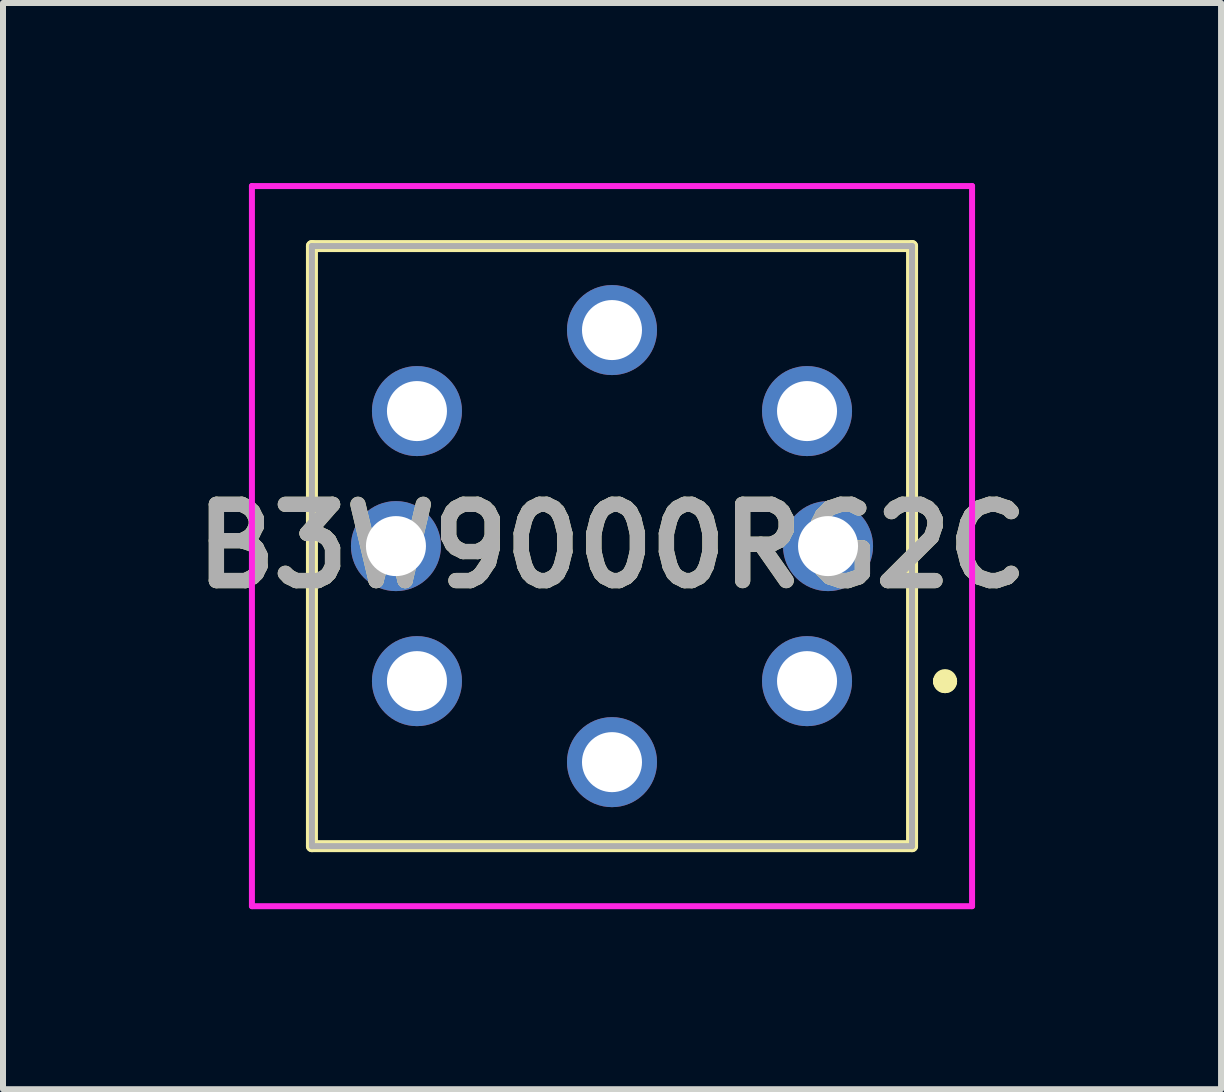
<source format=kicad_pcb>
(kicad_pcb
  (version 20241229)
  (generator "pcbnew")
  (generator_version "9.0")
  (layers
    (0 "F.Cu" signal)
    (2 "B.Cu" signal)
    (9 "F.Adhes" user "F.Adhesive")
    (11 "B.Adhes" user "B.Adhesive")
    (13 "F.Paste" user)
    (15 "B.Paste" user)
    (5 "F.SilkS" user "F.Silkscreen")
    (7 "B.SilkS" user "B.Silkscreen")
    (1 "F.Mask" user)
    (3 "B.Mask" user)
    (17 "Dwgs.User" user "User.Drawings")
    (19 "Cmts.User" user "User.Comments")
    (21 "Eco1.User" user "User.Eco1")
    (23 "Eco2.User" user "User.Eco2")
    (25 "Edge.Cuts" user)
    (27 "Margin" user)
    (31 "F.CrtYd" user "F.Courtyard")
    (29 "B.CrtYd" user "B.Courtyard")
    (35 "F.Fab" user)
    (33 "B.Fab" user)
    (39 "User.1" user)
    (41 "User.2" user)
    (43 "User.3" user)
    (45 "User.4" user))
  (footprint "B3W9000RG2C"
    (layer "F.Cu")
    (at 10.398 8.3)
    (property "Reference" "B3W9000RG2C" (at -3.25 -2.25 0) (layer "F.SilkS") (effects (font (size 1.27 1.27) (thickness 0.254))))
    (attr through_hole)
    (fp_line (start -8.25 -7.25) (end -8.25 2.75) (stroke (width 0.2) (type solid)) (layer "F.SilkS"))
    (fp_line (start -8.25 2.75) (end 1.75 2.75) (stroke (width 0.2) (type solid)) (layer "F.SilkS"))
    (fp_line (start 1.75 -7.25) (end -8.25 -7.25) (stroke (width 0.2) (type solid)) (layer "F.SilkS"))
    (fp_line (start 1.75 2.75) (end 1.75 -7.25) (stroke (width 0.2) (type solid)) (layer "F.SilkS"))
    (fp_line (start 2.2 0) (end 2.2 0) (stroke (width 0.2) (type solid)) (layer "F.SilkS"))
    (fp_line (start 2.2 0) (end 2.2 0) (stroke (width 0.2) (type solid)) (layer "F.SilkS"))
    (fp_line (start 2.4 0) (end 2.4 0) (stroke (width 0.2) (type solid)) (layer "F.SilkS"))
    (fp_arc (start 2.2 0) (mid 2.3 -0.1) (end 2.4 0) (stroke (width 0.2) (type solid)) (layer "F.SilkS"))
    (fp_arc (start 2.4 0) (mid 2.3 0.1) (end 2.2 0) (stroke (width 0.2) (type solid)) (layer "F.SilkS"))
    (fp_arc (start 2.4 0) (mid 2.3 0.1) (end 2.2 0) (stroke (width 0.2) (type solid)) (layer "F.SilkS"))
    (fp_line (start -9.25 -8.25) (end 2.75 -8.25) (stroke (width 0.1) (type solid)) (layer "F.CrtYd"))
    (fp_line (start -9.25 3.75) (end -9.25 -8.25) (stroke (width 0.1) (type solid)) (layer "F.CrtYd"))
    (fp_line (start 2.75 -8.25) (end 2.75 3.75) (stroke (width 0.1) (type solid)) (layer "F.CrtYd"))
    (fp_line (start 2.75 3.75) (end -9.25 3.75) (stroke (width 0.1) (type solid)) (layer "F.CrtYd"))
    (fp_line (start -8.25 -7.25) (end -8.25 2.75) (stroke (width 0.1) (type solid)) (layer "F.Fab"))
    (fp_line (start -8.25 2.75) (end 1.75 2.75) (stroke (width 0.1) (type solid)) (layer "F.Fab"))
    (fp_line (start 1.75 -7.25) (end -8.25 -7.25) (stroke (width 0.1) (type solid)) (layer "F.Fab"))
    (fp_line (start 1.75 2.75) (end 1.75 -7.25) (stroke (width 0.1) (type solid)) (layer "F.Fab"))
    (fp_text user "${REFERENCE}" (at -3.25 -2.25 0) (layer "F.Fab") (effects (font (size 1.27 1.27) (thickness 0.254))))
    (pad "1" thru_hole circle (at 0 0) (size 1.5 1.5) (drill 1) (layers "*.Cu" "*.Mask"))
    (pad "2" thru_hole circle (at -6.5 0) (size 1.5 1.5) (drill 1) (layers "*.Cu" "*.Mask"))
    (pad "3" thru_hole circle (at 0 -4.5) (size 1.5 1.5) (drill 1) (layers "*.Cu" "*.Mask"))
    (pad "4" thru_hole circle (at -6.5 -4.5) (size 1.5 1.5) (drill 1) (layers "*.Cu" "*.Mask"))
    (pad "A1" thru_hole circle (at -3.25 -5.85) (size 1.5 1.5) (drill 1) (layers "*.Cu" "*.Mask"))
    (pad "A2" thru_hole circle (at -3.25 1.35) (size 1.5 1.5) (drill 1) (layers "*.Cu" "*.Mask"))
    (pad "K1" thru_hole circle (at 0.35 -2.25) (size 1.5 1.5) (drill 1) (layers "*.Cu" "*.Mask"))
    (pad "K2" thru_hole circle (at -6.85 -2.25) (size 1.5 1.5) (drill 1) (layers "*.Cu" "*.Mask")))
  (gr_rect
    (start -3 -3)
    (end 17.297 15.1)
    (stroke (width 0.1) (type default))
    (fill no)
    (layer "Edge.Cuts")))
</source>
